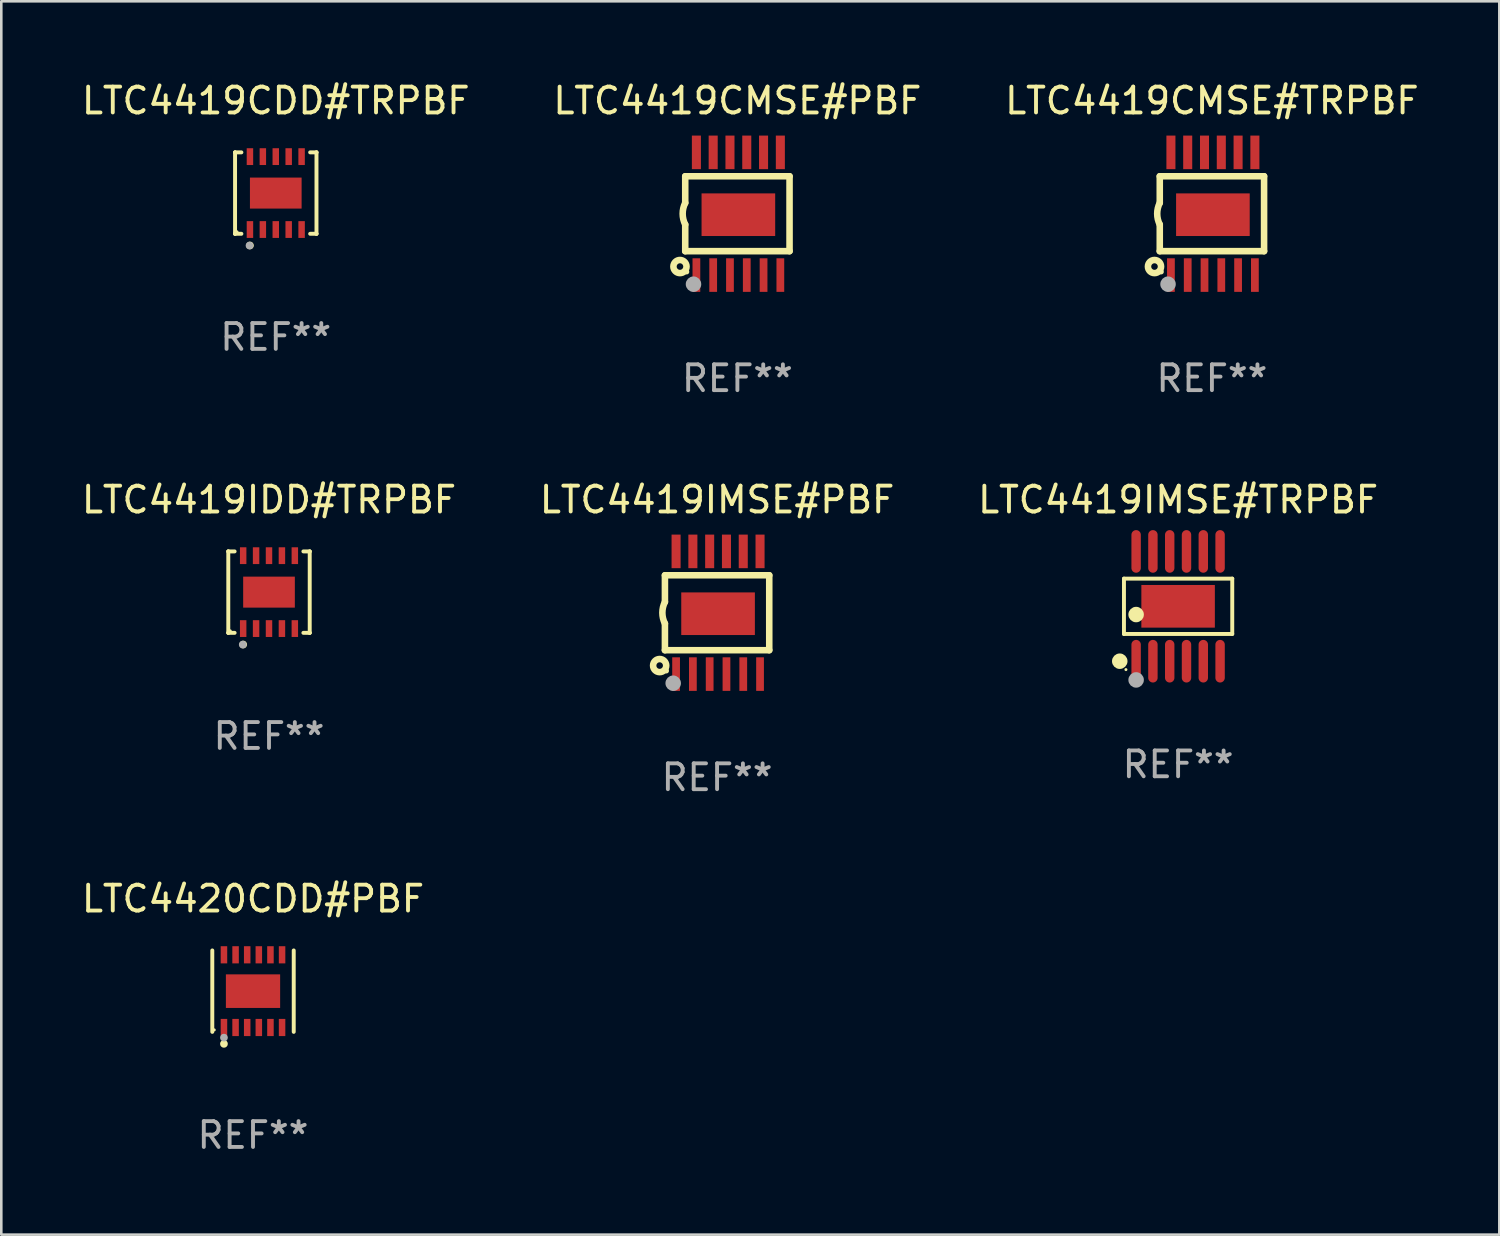
<source format=kicad_pcb>
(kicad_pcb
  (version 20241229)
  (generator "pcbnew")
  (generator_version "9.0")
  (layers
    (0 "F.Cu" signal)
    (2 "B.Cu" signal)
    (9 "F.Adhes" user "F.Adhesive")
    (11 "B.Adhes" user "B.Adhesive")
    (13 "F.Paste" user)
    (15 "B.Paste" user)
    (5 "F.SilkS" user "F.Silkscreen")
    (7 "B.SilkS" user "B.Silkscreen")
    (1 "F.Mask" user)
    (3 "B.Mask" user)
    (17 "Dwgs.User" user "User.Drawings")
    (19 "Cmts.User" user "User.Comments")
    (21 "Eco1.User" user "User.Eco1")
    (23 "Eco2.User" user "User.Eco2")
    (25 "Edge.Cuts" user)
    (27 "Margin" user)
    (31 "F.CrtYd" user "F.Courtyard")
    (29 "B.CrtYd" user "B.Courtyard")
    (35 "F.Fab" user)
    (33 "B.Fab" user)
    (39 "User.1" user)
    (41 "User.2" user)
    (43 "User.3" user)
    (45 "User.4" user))
  (footprint "LTC4419IMSE#TRPBF"
    (layer "F.Cu")
    (at 42.554 20.42)
    (property "Reference" "LTC4419IMSE#TRPBF" (at 0 -4.125 0) (layer "F.SilkS") (effects (font (size 1 1) (thickness 0.15))))
    (attr through_hole)
    (fp_line (start -2.096 -1.071) (end 2.096 -1.071) (stroke (width 0.152) (type solid)) (layer "F.SilkS"))
    (fp_line (start -2.096 1.071) (end -2.096 -1.071) (stroke (width 0.152) (type solid)) (layer "F.SilkS"))
    (fp_line (start 2.096 -1.071) (end 2.096 1.071) (stroke (width 0.152) (type solid)) (layer "F.SilkS"))
    (fp_line (start 2.096 1.071) (end -2.096 1.071) (stroke (width 0.152) (type solid)) (layer "F.SilkS"))
    (fp_circle (center -2.259 2.125) (end -2.109 2.125) (stroke (width 0.3) (type solid)) (fill no) (layer "F.SilkS"))
    (fp_circle (center -2.02 2.45) (end -1.99 2.45) (stroke (width 0.06) (type solid)) (fill no) (layer "F.SilkS"))
    (fp_circle (center -1.625 0.319) (end -1.475 0.319) (stroke (width 0.3) (type solid)) (fill no) (layer "F.SilkS"))
    (fp_circle (center -1.625 2.85) (end -1.475 2.85) (stroke (width 0.3) (type solid)) (fill no) (layer "F.Fab"))
    (fp_text user "REF**" (at 0 6.125 0) (layer "F.Fab") (effects (font (size 1 1) (thickness 0.15))))
    (pad "1" smd oval (at -1.625 2.125) (size 0.364 1.65) (layers "F.Cu" "F.Mask" "F.Paste"))
    (pad "2" smd oval (at -0.975 2.125) (size 0.364 1.65) (layers "F.Cu" "F.Mask" "F.Paste"))
    (pad "3" smd oval (at -0.325 2.125) (size 0.364 1.65) (layers "F.Cu" "F.Mask" "F.Paste"))
    (pad "4" smd oval (at 0.325 2.125) (size 0.364 1.65) (layers "F.Cu" "F.Mask" "F.Paste"))
    (pad "5" smd oval (at 0.975 2.125) (size 0.364 1.65) (layers "F.Cu" "F.Mask" "F.Paste"))
    (pad "6" smd oval (at 1.625 2.125) (size 0.364 1.65) (layers "F.Cu" "F.Mask" "F.Paste"))
    (pad "7" smd oval (at 1.625 -2.125) (size 0.364 1.65) (layers "F.Cu" "F.Mask" "F.Paste"))
    (pad "8" smd oval (at 0.975 -2.125) (size 0.364 1.65) (layers "F.Cu" "F.Mask" "F.Paste"))
    (pad "9" smd oval (at 0.325 -2.125) (size 0.364 1.65) (layers "F.Cu" "F.Mask" "F.Paste"))
    (pad "10" smd oval (at -0.325 -2.125) (size 0.364 1.65) (layers "F.Cu" "F.Mask" "F.Paste"))
    (pad "11" smd oval (at -0.975 -2.125) (size 0.364 1.65) (layers "F.Cu" "F.Mask" "F.Paste"))
    (pad "12" smd oval (at -1.625 -2.125) (size 0.364 1.65) (layers "F.Cu" "F.Mask" "F.Paste"))
    (pad "13" smd rect (at 0 0) (size 2.845 1.651) (layers "F.Cu" "F.Mask" "F.Paste")))
  (footprint "LTC4419CMSE#PBF"
    (layer "F.Cu")
    (at 25.494 5.223)
    (property "Reference" "LTC4419CMSE#PBF" (at 0 -4.375 0) (layer "F.SilkS") (effects (font (size 1 1) (thickness 0.15))))
    (attr through_hole)
    (fp_line (start -2.019 -1.45) (end -2.019 -0.419) (stroke (width 0.254) (type solid)) (layer "F.SilkS"))
    (fp_line (start -2.019 1.45) (end -2.019 0.419) (stroke (width 0.254) (type solid)) (layer "F.SilkS"))
    (fp_line (start -2.019 1.45) (end 2.019 1.45) (stroke (width 0.254) (type solid)) (layer "F.SilkS"))
    (fp_line (start 2.019 -1.45) (end -2.019 -1.45) (stroke (width 0.254) (type solid)) (layer "F.SilkS"))
    (fp_line (start 2.019 -1.45) (end 2.019 1.45) (stroke (width 0.254) (type solid)) (layer "F.SilkS"))
    (fp_arc (start -2.019304 0.419101) (mid -2.11824 0) (end -2.019304 -0.419101) (stroke (width 0.254001) (type solid)) (layer "F.SilkS"))
    (fp_circle (center -2.223 2.045) (end -1.969 2.045) (stroke (width 0.254) (type solid)) (fill no) (layer "F.SilkS"))
    (fp_circle (center -1.962 2.25) (end -1.912 2.25) (stroke (width 0.1) (type solid)) (fill no) (layer "F.SilkS"))
    (fp_circle (center -1.699 2.728) (end -1.549 2.728) (stroke (width 0.3) (type solid)) (fill no) (layer "F.Fab"))
    (fp_text user "REF**" (at 0 6.375 0) (layer "F.Fab") (effects (font (size 1 1) (thickness 0.15))))
    (pad "1" smd rect (at -1.587 2.375) (size 0.3 1.3) (layers "F.Cu" "F.Mask" "F.Paste"))
    (pad "2" smd rect (at -0.937 2.375) (size 0.3 1.3) (layers "F.Cu" "F.Mask" "F.Paste"))
    (pad "3" smd rect (at -0.287 2.375) (size 0.3 1.3) (layers "F.Cu" "F.Mask" "F.Paste"))
    (pad "4" smd rect (at 0.363 2.375) (size 0.3 1.3) (layers "F.Cu" "F.Mask" "F.Paste"))
    (pad "5" smd rect (at 1.013 2.375) (size 0.3 1.3) (layers "F.Cu" "F.Mask" "F.Paste"))
    (pad "6" smd rect (at 1.663 2.375) (size 0.3 1.3) (layers "F.Cu" "F.Mask" "F.Paste"))
    (pad "7" smd rect (at 1.663 -2.375) (size 0.35 1.3) (layers "F.Cu" "F.Mask" "F.Paste"))
    (pad "8" smd rect (at 1.013 -2.375) (size 0.35 1.3) (layers "F.Cu" "F.Mask" "F.Paste"))
    (pad "9" smd rect (at 0.363 -2.375) (size 0.35 1.3) (layers "F.Cu" "F.Mask" "F.Paste"))
    (pad "10" smd rect (at -0.287 -2.375) (size 0.35 1.3) (layers "F.Cu" "F.Mask" "F.Paste"))
    (pad "11" smd rect (at -0.937 -2.375) (size 0.35 1.3) (layers "F.Cu" "F.Mask" "F.Paste"))
    (pad "12" smd rect (at -1.587 -2.375) (size 0.35 1.3) (layers "F.Cu" "F.Mask" "F.Paste"))
    (pad "13" smd rect (at 0.038 0.038) (size 2.85 1.65) (layers "F.Cu" "F.Mask" "F.Paste")))
  (footprint "LTC4419CMSE#TRPBF"
    (layer "F.Cu")
    (at 43.863 5.223)
    (property "Reference" "LTC4419CMSE#TRPBF" (at 0 -4.375 0) (layer "F.SilkS") (effects (font (size 1 1) (thickness 0.15))))
    (attr through_hole)
    (fp_line (start -2.019 -1.45) (end -2.019 -0.419) (stroke (width 0.254) (type solid)) (layer "F.SilkS"))
    (fp_line (start -2.019 1.45) (end -2.019 0.419) (stroke (width 0.254) (type solid)) (layer "F.SilkS"))
    (fp_line (start -2.019 1.45) (end 2.019 1.45) (stroke (width 0.254) (type solid)) (layer "F.SilkS"))
    (fp_line (start 2.019 -1.45) (end -2.019 -1.45) (stroke (width 0.254) (type solid)) (layer "F.SilkS"))
    (fp_line (start 2.019 -1.45) (end 2.019 1.45) (stroke (width 0.254) (type solid)) (layer "F.SilkS"))
    (fp_arc (start -2.019304 0.419101) (mid -2.11824 0) (end -2.019304 -0.419101) (stroke (width 0.254001) (type solid)) (layer "F.SilkS"))
    (fp_circle (center -2.223 2.045) (end -1.969 2.045) (stroke (width 0.254) (type solid)) (fill no) (layer "F.SilkS"))
    (fp_circle (center -1.962 2.25) (end -1.912 2.25) (stroke (width 0.1) (type solid)) (fill no) (layer "F.SilkS"))
    (fp_circle (center -1.699 2.728) (end -1.549 2.728) (stroke (width 0.3) (type solid)) (fill no) (layer "F.Fab"))
    (fp_text user "REF**" (at 0 6.375 0) (layer "F.Fab") (effects (font (size 1 1) (thickness 0.15))))
    (pad "1" smd rect (at -1.587 2.375) (size 0.3 1.3) (layers "F.Cu" "F.Mask" "F.Paste"))
    (pad "2" smd rect (at -0.937 2.375) (size 0.3 1.3) (layers "F.Cu" "F.Mask" "F.Paste"))
    (pad "3" smd rect (at -0.287 2.375) (size 0.3 1.3) (layers "F.Cu" "F.Mask" "F.Paste"))
    (pad "4" smd rect (at 0.363 2.375) (size 0.3 1.3) (layers "F.Cu" "F.Mask" "F.Paste"))
    (pad "5" smd rect (at 1.013 2.375) (size 0.3 1.3) (layers "F.Cu" "F.Mask" "F.Paste"))
    (pad "6" smd rect (at 1.663 2.375) (size 0.3 1.3) (layers "F.Cu" "F.Mask" "F.Paste"))
    (pad "7" smd rect (at 1.663 -2.375) (size 0.35 1.3) (layers "F.Cu" "F.Mask" "F.Paste"))
    (pad "8" smd rect (at 1.013 -2.375) (size 0.35 1.3) (layers "F.Cu" "F.Mask" "F.Paste"))
    (pad "9" smd rect (at 0.363 -2.375) (size 0.35 1.3) (layers "F.Cu" "F.Mask" "F.Paste"))
    (pad "10" smd rect (at -0.287 -2.375) (size 0.35 1.3) (layers "F.Cu" "F.Mask" "F.Paste"))
    (pad "11" smd rect (at -0.937 -2.375) (size 0.35 1.3) (layers "F.Cu" "F.Mask" "F.Paste"))
    (pad "12" smd rect (at -1.587 -2.375) (size 0.35 1.3) (layers "F.Cu" "F.Mask" "F.Paste"))
    (pad "13" smd rect (at 0.038 0.038) (size 2.85 1.65) (layers "F.Cu" "F.Mask" "F.Paste")))
  (footprint "LTC4419IDD#TRPBF"
    (layer "F.Cu")
    (at 7.363 19.871)
    (property "Reference" "LTC4419IDD#TRPBF" (at 0 -3.576 0) (layer "F.SilkS") (effects (font (size 1 1) (thickness 0.15))))
    (attr through_hole)
    (fp_line (start -1.576 -1.576) (end -1.576 -1.576) (stroke (width 0.152) (type solid)) (layer "F.SilkS"))
    (fp_line (start -1.576 -1.576) (end -1.331 -1.576) (stroke (width 0.152) (type solid)) (layer "F.SilkS"))
    (fp_line (start -1.576 1.576) (end -1.576 -1.576) (stroke (width 0.152) (type solid)) (layer "F.SilkS"))
    (fp_line (start -1.576 1.576) (end -1.576 1.576) (stroke (width 0.152) (type solid)) (layer "F.SilkS"))
    (fp_line (start -1.331 1.576) (end -1.576 1.576) (stroke (width 0.152) (type solid)) (layer "F.SilkS"))
    (fp_line (start 1.331 1.576) (end 1.576 1.576) (stroke (width 0.152) (type solid)) (layer "F.SilkS"))
    (fp_line (start 1.576 -1.576) (end 1.331 -1.576) (stroke (width 0.152) (type solid)) (layer "F.SilkS"))
    (fp_line (start 1.576 -1.576) (end 1.576 -1.576) (stroke (width 0.152) (type solid)) (layer "F.SilkS"))
    (fp_line (start 1.576 1.576) (end 1.576 -1.576) (stroke (width 0.152) (type solid)) (layer "F.SilkS"))
    (fp_line (start 1.576 1.576) (end 1.576 1.576) (stroke (width 0.152) (type solid)) (layer "F.SilkS"))
    (fp_circle (center -1.5 1.5) (end -1.47 1.5) (stroke (width 0.06) (type solid)) (fill no) (layer "F.SilkS"))
    (fp_circle (center -1 2.028) (end -0.925 2.028) (stroke (width 0.15) (type solid)) (fill no) (layer "F.SilkS"))
    (fp_circle (center -1.016 2.032) (end -0.941 2.032) (stroke (width 0.15) (type solid)) (fill no) (layer "F.Fab"))
    (fp_text user "REF**" (at 0 5.576 0) (layer "F.Fab") (effects (font (size 1 1) (thickness 0.15))))
    (pad "1" smd rect (at -1 1.411) (size 0.25 0.65) (layers "F.Cu" "F.Mask" "F.Paste"))
    (pad "2" smd rect (at -0.5 1.411) (size 0.25 0.65) (layers "F.Cu" "F.Mask" "F.Paste"))
    (pad "3" smd rect (at 0 1.411) (size 0.25 0.65) (layers "F.Cu" "F.Mask" "F.Paste"))
    (pad "4" smd rect (at 0.5 1.411) (size 0.25 0.65) (layers "F.Cu" "F.Mask" "F.Paste"))
    (pad "5" smd rect (at 1 1.411) (size 0.25 0.65) (layers "F.Cu" "F.Mask" "F.Paste"))
    (pad "6" smd rect (at 1 -1.411) (size 0.25 0.65) (layers "F.Cu" "F.Mask" "F.Paste"))
    (pad "7" smd rect (at 0.5 -1.411) (size 0.25 0.65) (layers "F.Cu" "F.Mask" "F.Paste"))
    (pad "8" smd rect (at 0 -1.411) (size 0.25 0.65) (layers "F.Cu" "F.Mask" "F.Paste"))
    (pad "9" smd rect (at -0.5 -1.411) (size 0.25 0.65) (layers "F.Cu" "F.Mask" "F.Paste"))
    (pad "10" smd rect (at -1 -1.411) (size 0.25 0.65) (layers "F.Cu" "F.Mask" "F.Paste"))
    (pad "11" smd rect (at 0 0) (size 2 1.2) (layers "F.Cu" "F.Mask" "F.Paste")))
  (footprint "LTC4419CDD#TRPBF"
    (layer "F.Cu")
    (at 7.625 4.424)
    (property "Reference" "LTC4419CDD#TRPBF" (at 0 -3.576 0) (layer "F.SilkS") (effects (font (size 1 1) (thickness 0.15))))
    (attr through_hole)
    (fp_line (start -1.576 -1.576) (end -1.576 -1.576) (stroke (width 0.152) (type solid)) (layer "F.SilkS"))
    (fp_line (start -1.576 -1.576) (end -1.331 -1.576) (stroke (width 0.152) (type solid)) (layer "F.SilkS"))
    (fp_line (start -1.576 1.576) (end -1.576 -1.576) (stroke (width 0.152) (type solid)) (layer "F.SilkS"))
    (fp_line (start -1.576 1.576) (end -1.576 1.576) (stroke (width 0.152) (type solid)) (layer "F.SilkS"))
    (fp_line (start -1.331 1.576) (end -1.576 1.576) (stroke (width 0.152) (type solid)) (layer "F.SilkS"))
    (fp_line (start 1.331 1.576) (end 1.576 1.576) (stroke (width 0.152) (type solid)) (layer "F.SilkS"))
    (fp_line (start 1.576 -1.576) (end 1.331 -1.576) (stroke (width 0.152) (type solid)) (layer "F.SilkS"))
    (fp_line (start 1.576 -1.576) (end 1.576 -1.576) (stroke (width 0.152) (type solid)) (layer "F.SilkS"))
    (fp_line (start 1.576 1.576) (end 1.576 -1.576) (stroke (width 0.152) (type solid)) (layer "F.SilkS"))
    (fp_line (start 1.576 1.576) (end 1.576 1.576) (stroke (width 0.152) (type solid)) (layer "F.SilkS"))
    (fp_circle (center -1.5 1.5) (end -1.47 1.5) (stroke (width 0.06) (type solid)) (fill no) (layer "F.SilkS"))
    (fp_circle (center -1 2.028) (end -0.925 2.028) (stroke (width 0.15) (type solid)) (fill no) (layer "F.SilkS"))
    (fp_circle (center -1.016 2.032) (end -0.941 2.032) (stroke (width 0.15) (type solid)) (fill no) (layer "F.Fab"))
    (fp_text user "REF**" (at 0 5.576 0) (layer "F.Fab") (effects (font (size 1 1) (thickness 0.15))))
    (pad "1" smd rect (at -1 1.411) (size 0.25 0.65) (layers "F.Cu" "F.Mask" "F.Paste"))
    (pad "2" smd rect (at -0.5 1.411) (size 0.25 0.65) (layers "F.Cu" "F.Mask" "F.Paste"))
    (pad "3" smd rect (at 0 1.411) (size 0.25 0.65) (layers "F.Cu" "F.Mask" "F.Paste"))
    (pad "4" smd rect (at 0.5 1.411) (size 0.25 0.65) (layers "F.Cu" "F.Mask" "F.Paste"))
    (pad "5" smd rect (at 1 1.411) (size 0.25 0.65) (layers "F.Cu" "F.Mask" "F.Paste"))
    (pad "6" smd rect (at 1 -1.411) (size 0.25 0.65) (layers "F.Cu" "F.Mask" "F.Paste"))
    (pad "7" smd rect (at 0.5 -1.411) (size 0.25 0.65) (layers "F.Cu" "F.Mask" "F.Paste"))
    (pad "8" smd rect (at 0 -1.411) (size 0.25 0.65) (layers "F.Cu" "F.Mask" "F.Paste"))
    (pad "9" smd rect (at -0.5 -1.411) (size 0.25 0.65) (layers "F.Cu" "F.Mask" "F.Paste"))
    (pad "10" smd rect (at -1 -1.411) (size 0.25 0.65) (layers "F.Cu" "F.Mask" "F.Paste"))
    (pad "11" smd rect (at 0 0) (size 2 1.2) (layers "F.Cu" "F.Mask" "F.Paste")))
  (footprint "LTC4420CDD#PBF"
    (layer "F.Cu")
    (at 6.744 35.317)
    (property "Reference" "LTC4420CDD#PBF" (at 0 -3.576 0) (layer "F.SilkS") (effects (font (size 1 1) (thickness 0.15))))
    (attr through_hole)
    (fp_line (start -1.576 1.576) (end -1.576 -1.576) (stroke (width 0.152) (type solid)) (layer "F.SilkS"))
    (fp_line (start 1.576 1.576) (end 1.576 -1.576) (stroke (width 0.152) (type solid)) (layer "F.SilkS"))
    (fp_circle (center -1.5 1.5) (end -1.47 1.5) (stroke (width 0.06) (type solid)) (fill no) (layer "F.SilkS"))
    (fp_circle (center -1.125 2.04) (end -1.05 2.04) (stroke (width 0.15) (type solid)) (fill no) (layer "F.SilkS"))
    (fp_circle (center -1.125 1.8) (end -1.05 1.8) (stroke (width 0.15) (type solid)) (fill no) (layer "F.Fab"))
    (fp_text user "REF**" (at 0 5.576 0) (layer "F.Fab") (effects (font (size 1 1) (thickness 0.15))))
    (pad "1" smd rect (at -1.125 1.407) (size 0.252 0.665) (layers "F.Cu" "F.Mask" "F.Paste"))
    (pad "2" smd rect (at -0.675 1.407) (size 0.252 0.665) (layers "F.Cu" "F.Mask" "F.Paste"))
    (pad "3" smd rect (at -0.225 1.407) (size 0.252 0.665) (layers "F.Cu" "F.Mask" "F.Paste"))
    (pad "4" smd rect (at 0.225 1.407) (size 0.252 0.665) (layers "F.Cu" "F.Mask" "F.Paste"))
    (pad "5" smd rect (at 0.675 1.407) (size 0.252 0.665) (layers "F.Cu" "F.Mask" "F.Paste"))
    (pad "6" smd rect (at 1.125 1.407) (size 0.252 0.665) (layers "F.Cu" "F.Mask" "F.Paste"))
    (pad "7" smd rect (at 1.125 -1.407) (size 0.252 0.665) (layers "F.Cu" "F.Mask" "F.Paste"))
    (pad "8" smd rect (at 0.675 -1.407) (size 0.252 0.665) (layers "F.Cu" "F.Mask" "F.Paste"))
    (pad "9" smd rect (at 0.225 -1.407) (size 0.252 0.665) (layers "F.Cu" "F.Mask" "F.Paste"))
    (pad "10" smd rect (at -0.225 -1.407) (size 0.252 0.665) (layers "F.Cu" "F.Mask" "F.Paste"))
    (pad "11" smd rect (at -0.675 -1.407) (size 0.252 0.665) (layers "F.Cu" "F.Mask" "F.Paste"))
    (pad "12" smd rect (at -1.125 -1.407) (size 0.252 0.665) (layers "F.Cu" "F.Mask" "F.Paste"))
    (pad "13" smd rect (at 0 0) (size 2.1 1.3) (layers "F.Cu" "F.Mask" "F.Paste")))
  (footprint "LTC4419IMSE#PBF"
    (layer "F.Cu")
    (at 24.708 20.669)
    (property "Reference" "LTC4419IMSE#PBF" (at 0 -4.375 0) (layer "F.SilkS") (effects (font (size 1 1) (thickness 0.15))))
    (attr through_hole)
    (fp_line (start -2.019 -1.45) (end -2.019 -0.419) (stroke (width 0.254) (type solid)) (layer "F.SilkS"))
    (fp_line (start -2.019 1.45) (end -2.019 0.419) (stroke (width 0.254) (type solid)) (layer "F.SilkS"))
    (fp_line (start -2.019 1.45) (end 2.019 1.45) (stroke (width 0.254) (type solid)) (layer "F.SilkS"))
    (fp_line (start 2.019 -1.45) (end -2.019 -1.45) (stroke (width 0.254) (type solid)) (layer "F.SilkS"))
    (fp_line (start 2.019 -1.45) (end 2.019 1.45) (stroke (width 0.254) (type solid)) (layer "F.SilkS"))
    (fp_arc (start -2.019304 0.419101) (mid -2.11824 0) (end -2.019304 -0.419101) (stroke (width 0.254001) (type solid)) (layer "F.SilkS"))
    (fp_circle (center -2.223 2.045) (end -1.969 2.045) (stroke (width 0.254) (type solid)) (fill no) (layer "F.SilkS"))
    (fp_circle (center -1.962 2.25) (end -1.912 2.25) (stroke (width 0.1) (type solid)) (fill no) (layer "F.SilkS"))
    (fp_circle (center -1.699 2.728) (end -1.549 2.728) (stroke (width 0.3) (type solid)) (fill no) (layer "F.Fab"))
    (fp_text user "REF**" (at 0 6.375 0) (layer "F.Fab") (effects (font (size 1 1) (thickness 0.15))))
    (pad "1" smd rect (at -1.587 2.375) (size 0.3 1.3) (layers "F.Cu" "F.Mask" "F.Paste"))
    (pad "2" smd rect (at -0.937 2.375) (size 0.3 1.3) (layers "F.Cu" "F.Mask" "F.Paste"))
    (pad "3" smd rect (at -0.287 2.375) (size 0.3 1.3) (layers "F.Cu" "F.Mask" "F.Paste"))
    (pad "4" smd rect (at 0.363 2.375) (size 0.3 1.3) (layers "F.Cu" "F.Mask" "F.Paste"))
    (pad "5" smd rect (at 1.013 2.375) (size 0.3 1.3) (layers "F.Cu" "F.Mask" "F.Paste"))
    (pad "6" smd rect (at 1.663 2.375) (size 0.3 1.3) (layers "F.Cu" "F.Mask" "F.Paste"))
    (pad "7" smd rect (at 1.663 -2.375) (size 0.35 1.3) (layers "F.Cu" "F.Mask" "F.Paste"))
    (pad "8" smd rect (at 1.013 -2.375) (size 0.35 1.3) (layers "F.Cu" "F.Mask" "F.Paste"))
    (pad "9" smd rect (at 0.363 -2.375) (size 0.35 1.3) (layers "F.Cu" "F.Mask" "F.Paste"))
    (pad "10" smd rect (at -0.287 -2.375) (size 0.35 1.3) (layers "F.Cu" "F.Mask" "F.Paste"))
    (pad "11" smd rect (at -0.937 -2.375) (size 0.35 1.3) (layers "F.Cu" "F.Mask" "F.Paste"))
    (pad "12" smd rect (at -1.587 -2.375) (size 0.35 1.3) (layers "F.Cu" "F.Mask" "F.Paste"))
    (pad "13" smd rect (at 0.038 0.038) (size 2.85 1.65) (layers "F.Cu" "F.Mask" "F.Paste")))
  (gr_rect
    (start -3 -3)
    (end 54.988 44.742)
    (stroke (width 0.1) (type default))
    (fill no)
    (layer "Edge.Cuts")))
</source>
